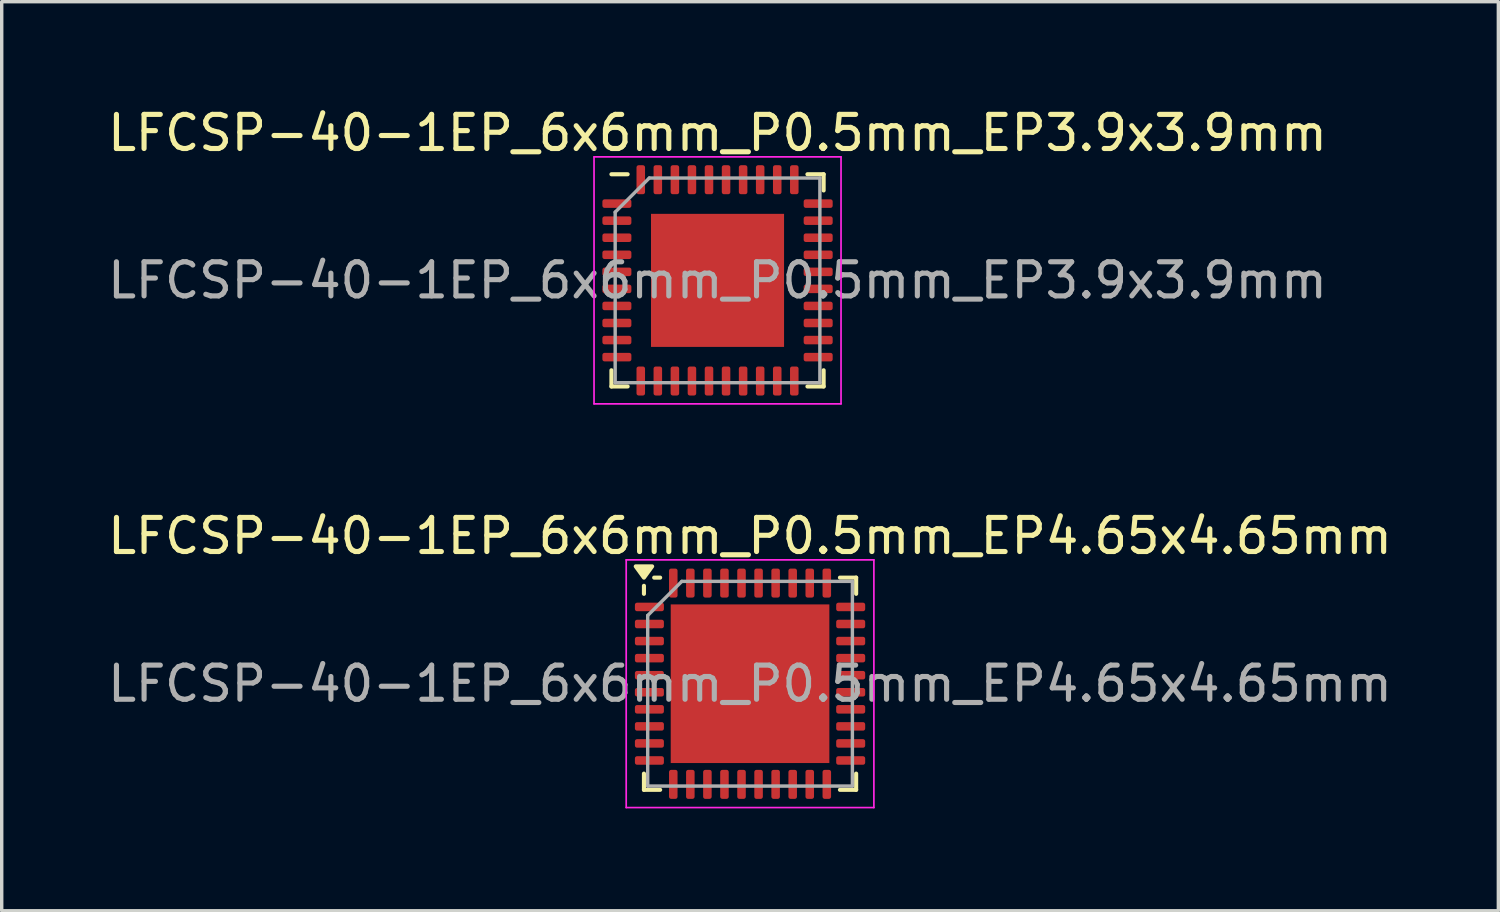
<source format=kicad_pcb>
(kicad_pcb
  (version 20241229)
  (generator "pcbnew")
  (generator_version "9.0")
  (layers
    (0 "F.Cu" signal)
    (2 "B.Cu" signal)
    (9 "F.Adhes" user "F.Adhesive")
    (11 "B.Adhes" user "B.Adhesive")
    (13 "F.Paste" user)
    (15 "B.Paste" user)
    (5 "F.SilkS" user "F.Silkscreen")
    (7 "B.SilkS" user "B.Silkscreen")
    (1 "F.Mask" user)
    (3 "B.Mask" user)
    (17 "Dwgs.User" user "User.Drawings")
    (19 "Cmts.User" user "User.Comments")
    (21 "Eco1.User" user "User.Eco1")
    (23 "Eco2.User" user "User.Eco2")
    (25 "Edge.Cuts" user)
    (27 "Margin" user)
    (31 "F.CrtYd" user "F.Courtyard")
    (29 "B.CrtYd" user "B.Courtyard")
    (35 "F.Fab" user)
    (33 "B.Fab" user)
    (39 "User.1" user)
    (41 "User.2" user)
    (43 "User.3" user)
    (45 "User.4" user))
  (footprint "LFCSP-40-1EP_6x6mm_P0.5mm_EP3.9x3.9mm"
    (layer "F.Cu")
    (at 17.982 5.168)
    (property "Reference" "LFCSP-40-1EP_6x6mm_P0.5mm_EP3.9x3.9mm" (at 0 -4.32 0) (layer "F.SilkS") (effects (font (size 1 1) (thickness 0.15))))
    (attr smd)
    (fp_line (start -3.11 3.11) (end -3.11 2.635) (stroke (width 0.12) (type solid)) (layer "F.SilkS"))
    (fp_line (start -2.635 -3.11) (end -3.11 -3.11) (stroke (width 0.12) (type solid)) (layer "F.SilkS"))
    (fp_line (start -2.635 3.11) (end -3.11 3.11) (stroke (width 0.12) (type solid)) (layer "F.SilkS"))
    (fp_line (start 2.635 -3.11) (end 3.11 -3.11) (stroke (width 0.12) (type solid)) (layer "F.SilkS"))
    (fp_line (start 2.635 3.11) (end 3.11 3.11) (stroke (width 0.12) (type solid)) (layer "F.SilkS"))
    (fp_line (start 3.11 -3.11) (end 3.11 -2.635) (stroke (width 0.12) (type solid)) (layer "F.SilkS"))
    (fp_line (start 3.11 3.11) (end 3.11 2.635) (stroke (width 0.12) (type solid)) (layer "F.SilkS"))
    (fp_line (start -3.62 -3.62) (end -3.62 3.62) (stroke (width 0.05) (type solid)) (layer "F.CrtYd"))
    (fp_line (start -3.62 3.62) (end 3.62 3.62) (stroke (width 0.05) (type solid)) (layer "F.CrtYd"))
    (fp_line (start 3.62 -3.62) (end -3.62 -3.62) (stroke (width 0.05) (type solid)) (layer "F.CrtYd"))
    (fp_line (start 3.62 3.62) (end 3.62 -3.62) (stroke (width 0.05) (type solid)) (layer "F.CrtYd"))
    (fp_line (start -3 -2) (end -2 -3) (stroke (width 0.1) (type solid)) (layer "F.Fab"))
    (fp_line (start -3 3) (end -3 -2) (stroke (width 0.1) (type solid)) (layer "F.Fab"))
    (fp_line (start -2 -3) (end 3 -3) (stroke (width 0.1) (type solid)) (layer "F.Fab"))
    (fp_line (start 3 -3) (end 3 3) (stroke (width 0.1) (type solid)) (layer "F.Fab"))
    (fp_line (start 3 3) (end -3 3) (stroke (width 0.1) (type solid)) (layer "F.Fab"))
    (fp_text user "${REFERENCE}" (at 0 0 0) (layer "F.Fab") (effects (font (size 1 1) (thickness 0.15))))
    (pad "" smd roundrect (at -0.975 -0.975) (size 1.57 1.57) (layers "F.Paste") (roundrect_rratio 0.159))
    (pad "" smd roundrect (at -0.975 0.975) (size 1.57 1.57) (layers "F.Paste") (roundrect_rratio 0.159))
    (pad "" smd roundrect (at 0.975 -0.975) (size 1.57 1.57) (layers "F.Paste") (roundrect_rratio 0.159))
    (pad "" smd roundrect (at 0.975 0.975) (size 1.57 1.57) (layers "F.Paste") (roundrect_rratio 0.159))
    (pad "1" smd roundrect (at -2.95 -2.25) (size 0.85 0.25) (layers "F.Cu" "F.Mask" "F.Paste") (roundrect_rratio 0.25))
    (pad "2" smd roundrect (at -2.95 -1.75) (size 0.85 0.25) (layers "F.Cu" "F.Mask" "F.Paste") (roundrect_rratio 0.25))
    (pad "3" smd roundrect (at -2.95 -1.25) (size 0.85 0.25) (layers "F.Cu" "F.Mask" "F.Paste") (roundrect_rratio 0.25))
    (pad "4" smd roundrect (at -2.95 -0.75) (size 0.85 0.25) (layers "F.Cu" "F.Mask" "F.Paste") (roundrect_rratio 0.25))
    (pad "5" smd roundrect (at -2.95 -0.25) (size 0.85 0.25) (layers "F.Cu" "F.Mask" "F.Paste") (roundrect_rratio 0.25))
    (pad "6" smd roundrect (at -2.95 0.25) (size 0.85 0.25) (layers "F.Cu" "F.Mask" "F.Paste") (roundrect_rratio 0.25))
    (pad "7" smd roundrect (at -2.95 0.75) (size 0.85 0.25) (layers "F.Cu" "F.Mask" "F.Paste") (roundrect_rratio 0.25))
    (pad "8" smd roundrect (at -2.95 1.25) (size 0.85 0.25) (layers "F.Cu" "F.Mask" "F.Paste") (roundrect_rratio 0.25))
    (pad "9" smd roundrect (at -2.95 1.75) (size 0.85 0.25) (layers "F.Cu" "F.Mask" "F.Paste") (roundrect_rratio 0.25))
    (pad "10" smd roundrect (at -2.95 2.25) (size 0.85 0.25) (layers "F.Cu" "F.Mask" "F.Paste") (roundrect_rratio 0.25))
    (pad "11" smd roundrect (at -2.25 2.95) (size 0.25 0.85) (layers "F.Cu" "F.Mask" "F.Paste") (roundrect_rratio 0.25))
    (pad "12" smd roundrect (at -1.75 2.95) (size 0.25 0.85) (layers "F.Cu" "F.Mask" "F.Paste") (roundrect_rratio 0.25))
    (pad "13" smd roundrect (at -1.25 2.95) (size 0.25 0.85) (layers "F.Cu" "F.Mask" "F.Paste") (roundrect_rratio 0.25))
    (pad "14" smd roundrect (at -0.75 2.95) (size 0.25 0.85) (layers "F.Cu" "F.Mask" "F.Paste") (roundrect_rratio 0.25))
    (pad "15" smd roundrect (at -0.25 2.95) (size 0.25 0.85) (layers "F.Cu" "F.Mask" "F.Paste") (roundrect_rratio 0.25))
    (pad "16" smd roundrect (at 0.25 2.95) (size 0.25 0.85) (layers "F.Cu" "F.Mask" "F.Paste") (roundrect_rratio 0.25))
    (pad "17" smd roundrect (at 0.75 2.95) (size 0.25 0.85) (layers "F.Cu" "F.Mask" "F.Paste") (roundrect_rratio 0.25))
    (pad "18" smd roundrect (at 1.25 2.95) (size 0.25 0.85) (layers "F.Cu" "F.Mask" "F.Paste") (roundrect_rratio 0.25))
    (pad "19" smd roundrect (at 1.75 2.95) (size 0.25 0.85) (layers "F.Cu" "F.Mask" "F.Paste") (roundrect_rratio 0.25))
    (pad "20" smd roundrect (at 2.25 2.95) (size 0.25 0.85) (layers "F.Cu" "F.Mask" "F.Paste") (roundrect_rratio 0.25))
    (pad "21" smd roundrect (at 2.95 2.25) (size 0.85 0.25) (layers "F.Cu" "F.Mask" "F.Paste") (roundrect_rratio 0.25))
    (pad "22" smd roundrect (at 2.95 1.75) (size 0.85 0.25) (layers "F.Cu" "F.Mask" "F.Paste") (roundrect_rratio 0.25))
    (pad "23" smd roundrect (at 2.95 1.25) (size 0.85 0.25) (layers "F.Cu" "F.Mask" "F.Paste") (roundrect_rratio 0.25))
    (pad "24" smd roundrect (at 2.95 0.75) (size 0.85 0.25) (layers "F.Cu" "F.Mask" "F.Paste") (roundrect_rratio 0.25))
    (pad "25" smd roundrect (at 2.95 0.25) (size 0.85 0.25) (layers "F.Cu" "F.Mask" "F.Paste") (roundrect_rratio 0.25))
    (pad "26" smd roundrect (at 2.95 -0.25) (size 0.85 0.25) (layers "F.Cu" "F.Mask" "F.Paste") (roundrect_rratio 0.25))
    (pad "27" smd roundrect (at 2.95 -0.75) (size 0.85 0.25) (layers "F.Cu" "F.Mask" "F.Paste") (roundrect_rratio 0.25))
    (pad "28" smd roundrect (at 2.95 -1.25) (size 0.85 0.25) (layers "F.Cu" "F.Mask" "F.Paste") (roundrect_rratio 0.25))
    (pad "29" smd roundrect (at 2.95 -1.75) (size 0.85 0.25) (layers "F.Cu" "F.Mask" "F.Paste") (roundrect_rratio 0.25))
    (pad "30" smd roundrect (at 2.95 -2.25) (size 0.85 0.25) (layers "F.Cu" "F.Mask" "F.Paste") (roundrect_rratio 0.25))
    (pad "31" smd roundrect (at 2.25 -2.95) (size 0.25 0.85) (layers "F.Cu" "F.Mask" "F.Paste") (roundrect_rratio 0.25))
    (pad "32" smd roundrect (at 1.75 -2.95) (size 0.25 0.85) (layers "F.Cu" "F.Mask" "F.Paste") (roundrect_rratio 0.25))
    (pad "33" smd roundrect (at 1.25 -2.95) (size 0.25 0.85) (layers "F.Cu" "F.Mask" "F.Paste") (roundrect_rratio 0.25))
    (pad "34" smd roundrect (at 0.75 -2.95) (size 0.25 0.85) (layers "F.Cu" "F.Mask" "F.Paste") (roundrect_rratio 0.25))
    (pad "35" smd roundrect (at 0.25 -2.95) (size 0.25 0.85) (layers "F.Cu" "F.Mask" "F.Paste") (roundrect_rratio 0.25))
    (pad "36" smd roundrect (at -0.25 -2.95) (size 0.25 0.85) (layers "F.Cu" "F.Mask" "F.Paste") (roundrect_rratio 0.25))
    (pad "37" smd roundrect (at -0.75 -2.95) (size 0.25 0.85) (layers "F.Cu" "F.Mask" "F.Paste") (roundrect_rratio 0.25))
    (pad "38" smd roundrect (at -1.25 -2.95) (size 0.25 0.85) (layers "F.Cu" "F.Mask" "F.Paste") (roundrect_rratio 0.25))
    (pad "39" smd roundrect (at -1.75 -2.95) (size 0.25 0.85) (layers "F.Cu" "F.Mask" "F.Paste") (roundrect_rratio 0.25))
    (pad "40" smd roundrect (at -2.25 -2.95) (size 0.25 0.85) (layers "F.Cu" "F.Mask" "F.Paste") (roundrect_rratio 0.25))
    (pad "41" smd rect (at 0 0) (size 3.9 3.9) (layers "F.Cu" "F.Mask")))
  (footprint "LFCSP-40-1EP_6x6mm_P0.5mm_EP4.65x4.65mm"
    (layer "F.Cu")
    (at 18.935 16.991)
    (property "Reference" "LFCSP-40-1EP_6x6mm_P0.5mm_EP4.65x4.65mm" (at 0 -4.33 0) (layer "F.SilkS") (effects (font (size 1 1) (thickness 0.15))))
    (attr smd)
    (fp_line (start -3.11 -2.635) (end -3.11 -2.87) (stroke (width 0.12) (type solid)) (layer "F.SilkS"))
    (fp_line (start -3.11 3.11) (end -3.11 2.635) (stroke (width 0.12) (type solid)) (layer "F.SilkS"))
    (fp_line (start -2.635 -3.11) (end -2.81 -3.11) (stroke (width 0.12) (type solid)) (layer "F.SilkS"))
    (fp_line (start -2.635 3.11) (end -3.11 3.11) (stroke (width 0.12) (type solid)) (layer "F.SilkS"))
    (fp_line (start 2.635 -3.11) (end 3.11 -3.11) (stroke (width 0.12) (type solid)) (layer "F.SilkS"))
    (fp_line (start 2.635 3.11) (end 3.11 3.11) (stroke (width 0.12) (type solid)) (layer "F.SilkS"))
    (fp_line (start 3.11 -3.11) (end 3.11 -2.635) (stroke (width 0.12) (type solid)) (layer "F.SilkS"))
    (fp_line (start 3.11 3.11) (end 3.11 2.635) (stroke (width 0.12) (type solid)) (layer "F.SilkS"))
    (fp_poly (pts (xy -3.11 -3.11) (xy -3.35 -3.44) (xy -2.87 -3.44) (xy -3.11 -3.11)) (stroke (width 0.12) (type solid)) (fill yes) (layer "F.SilkS"))
    (fp_line (start -3.63 -3.63) (end -3.63 3.63) (stroke (width 0.05) (type solid)) (layer "F.CrtYd"))
    (fp_line (start -3.63 3.63) (end 3.63 3.63) (stroke (width 0.05) (type solid)) (layer "F.CrtYd"))
    (fp_line (start 3.63 -3.63) (end -3.63 -3.63) (stroke (width 0.05) (type solid)) (layer "F.CrtYd"))
    (fp_line (start 3.63 3.63) (end 3.63 -3.63) (stroke (width 0.05) (type solid)) (layer "F.CrtYd"))
    (fp_line (start -3 -2) (end -2 -3) (stroke (width 0.1) (type solid)) (layer "F.Fab"))
    (fp_line (start -3 3) (end -3 -2) (stroke (width 0.1) (type solid)) (layer "F.Fab"))
    (fp_line (start -2 -3) (end 3 -3) (stroke (width 0.1) (type solid)) (layer "F.Fab"))
    (fp_line (start 3 -3) (end 3 3) (stroke (width 0.1) (type solid)) (layer "F.Fab"))
    (fp_line (start 3 3) (end -3 3) (stroke (width 0.1) (type solid)) (layer "F.Fab"))
    (fp_text user "${REFERENCE}" (at 0 0 0) (layer "F.Fab") (effects (font (size 1 1) (thickness 0.15))))
    (pad "" smd roundrect (at -1.16 -1.16) (size 1.87 1.87) (layers "F.Paste") (roundrect_rratio 0.134))
    (pad "" smd roundrect (at -1.16 1.16) (size 1.87 1.87) (layers "F.Paste") (roundrect_rratio 0.134))
    (pad "" smd roundrect (at 1.16 -1.16) (size 1.87 1.87) (layers "F.Paste") (roundrect_rratio 0.134))
    (pad "" smd roundrect (at 1.16 1.16) (size 1.87 1.87) (layers "F.Paste") (roundrect_rratio 0.134))
    (pad "1" smd roundrect (at -2.95 -2.25) (size 0.85 0.25) (layers "F.Cu" "F.Mask" "F.Paste") (roundrect_rratio 0.25))
    (pad "2" smd roundrect (at -2.95 -1.75) (size 0.85 0.25) (layers "F.Cu" "F.Mask" "F.Paste") (roundrect_rratio 0.25))
    (pad "3" smd roundrect (at -2.95 -1.25) (size 0.85 0.25) (layers "F.Cu" "F.Mask" "F.Paste") (roundrect_rratio 0.25))
    (pad "4" smd roundrect (at -2.95 -0.75) (size 0.85 0.25) (layers "F.Cu" "F.Mask" "F.Paste") (roundrect_rratio 0.25))
    (pad "5" smd roundrect (at -2.95 -0.25) (size 0.85 0.25) (layers "F.Cu" "F.Mask" "F.Paste") (roundrect_rratio 0.25))
    (pad "6" smd roundrect (at -2.95 0.25) (size 0.85 0.25) (layers "F.Cu" "F.Mask" "F.Paste") (roundrect_rratio 0.25))
    (pad "7" smd roundrect (at -2.95 0.75) (size 0.85 0.25) (layers "F.Cu" "F.Mask" "F.Paste") (roundrect_rratio 0.25))
    (pad "8" smd roundrect (at -2.95 1.25) (size 0.85 0.25) (layers "F.Cu" "F.Mask" "F.Paste") (roundrect_rratio 0.25))
    (pad "9" smd roundrect (at -2.95 1.75) (size 0.85 0.25) (layers "F.Cu" "F.Mask" "F.Paste") (roundrect_rratio 0.25))
    (pad "10" smd roundrect (at -2.95 2.25) (size 0.85 0.25) (layers "F.Cu" "F.Mask" "F.Paste") (roundrect_rratio 0.25))
    (pad "11" smd roundrect (at -2.25 2.95) (size 0.25 0.85) (layers "F.Cu" "F.Mask" "F.Paste") (roundrect_rratio 0.25))
    (pad "12" smd roundrect (at -1.75 2.95) (size 0.25 0.85) (layers "F.Cu" "F.Mask" "F.Paste") (roundrect_rratio 0.25))
    (pad "13" smd roundrect (at -1.25 2.95) (size 0.25 0.85) (layers "F.Cu" "F.Mask" "F.Paste") (roundrect_rratio 0.25))
    (pad "14" smd roundrect (at -0.75 2.95) (size 0.25 0.85) (layers "F.Cu" "F.Mask" "F.Paste") (roundrect_rratio 0.25))
    (pad "15" smd roundrect (at -0.25 2.95) (size 0.25 0.85) (layers "F.Cu" "F.Mask" "F.Paste") (roundrect_rratio 0.25))
    (pad "16" smd roundrect (at 0.25 2.95) (size 0.25 0.85) (layers "F.Cu" "F.Mask" "F.Paste") (roundrect_rratio 0.25))
    (pad "17" smd roundrect (at 0.75 2.95) (size 0.25 0.85) (layers "F.Cu" "F.Mask" "F.Paste") (roundrect_rratio 0.25))
    (pad "18" smd roundrect (at 1.25 2.95) (size 0.25 0.85) (layers "F.Cu" "F.Mask" "F.Paste") (roundrect_rratio 0.25))
    (pad "19" smd roundrect (at 1.75 2.95) (size 0.25 0.85) (layers "F.Cu" "F.Mask" "F.Paste") (roundrect_rratio 0.25))
    (pad "20" smd roundrect (at 2.25 2.95) (size 0.25 0.85) (layers "F.Cu" "F.Mask" "F.Paste") (roundrect_rratio 0.25))
    (pad "21" smd roundrect (at 2.95 2.25) (size 0.85 0.25) (layers "F.Cu" "F.Mask" "F.Paste") (roundrect_rratio 0.25))
    (pad "22" smd roundrect (at 2.95 1.75) (size 0.85 0.25) (layers "F.Cu" "F.Mask" "F.Paste") (roundrect_rratio 0.25))
    (pad "23" smd roundrect (at 2.95 1.25) (size 0.85 0.25) (layers "F.Cu" "F.Mask" "F.Paste") (roundrect_rratio 0.25))
    (pad "24" smd roundrect (at 2.95 0.75) (size 0.85 0.25) (layers "F.Cu" "F.Mask" "F.Paste") (roundrect_rratio 0.25))
    (pad "25" smd roundrect (at 2.95 0.25) (size 0.85 0.25) (layers "F.Cu" "F.Mask" "F.Paste") (roundrect_rratio 0.25))
    (pad "26" smd roundrect (at 2.95 -0.25) (size 0.85 0.25) (layers "F.Cu" "F.Mask" "F.Paste") (roundrect_rratio 0.25))
    (pad "27" smd roundrect (at 2.95 -0.75) (size 0.85 0.25) (layers "F.Cu" "F.Mask" "F.Paste") (roundrect_rratio 0.25))
    (pad "28" smd roundrect (at 2.95 -1.25) (size 0.85 0.25) (layers "F.Cu" "F.Mask" "F.Paste") (roundrect_rratio 0.25))
    (pad "29" smd roundrect (at 2.95 -1.75) (size 0.85 0.25) (layers "F.Cu" "F.Mask" "F.Paste") (roundrect_rratio 0.25))
    (pad "30" smd roundrect (at 2.95 -2.25) (size 0.85 0.25) (layers "F.Cu" "F.Mask" "F.Paste") (roundrect_rratio 0.25))
    (pad "31" smd roundrect (at 2.25 -2.95) (size 0.25 0.85) (layers "F.Cu" "F.Mask" "F.Paste") (roundrect_rratio 0.25))
    (pad "32" smd roundrect (at 1.75 -2.95) (size 0.25 0.85) (layers "F.Cu" "F.Mask" "F.Paste") (roundrect_rratio 0.25))
    (pad "33" smd roundrect (at 1.25 -2.95) (size 0.25 0.85) (layers "F.Cu" "F.Mask" "F.Paste") (roundrect_rratio 0.25))
    (pad "34" smd roundrect (at 0.75 -2.95) (size 0.25 0.85) (layers "F.Cu" "F.Mask" "F.Paste") (roundrect_rratio 0.25))
    (pad "35" smd roundrect (at 0.25 -2.95) (size 0.25 0.85) (layers "F.Cu" "F.Mask" "F.Paste") (roundrect_rratio 0.25))
    (pad "36" smd roundrect (at -0.25 -2.95) (size 0.25 0.85) (layers "F.Cu" "F.Mask" "F.Paste") (roundrect_rratio 0.25))
    (pad "37" smd roundrect (at -0.75 -2.95) (size 0.25 0.85) (layers "F.Cu" "F.Mask" "F.Paste") (roundrect_rratio 0.25))
    (pad "38" smd roundrect (at -1.25 -2.95) (size 0.25 0.85) (layers "F.Cu" "F.Mask" "F.Paste") (roundrect_rratio 0.25))
    (pad "39" smd roundrect (at -1.75 -2.95) (size 0.25 0.85) (layers "F.Cu" "F.Mask" "F.Paste") (roundrect_rratio 0.25))
    (pad "40" smd roundrect (at -2.25 -2.95) (size 0.25 0.85) (layers "F.Cu" "F.Mask" "F.Paste") (roundrect_rratio 0.25))
    (pad "41" smd rect (at 0 0) (size 4.65 4.65) (property pad_prop_heatsink) (layers "F.Cu" "F.Mask")))
  (gr_rect
    (start -3 -3)
    (end 40.869 23.646)
    (stroke (width 0.1) (type default))
    (fill no)
    (layer "Edge.Cuts")))
</source>
